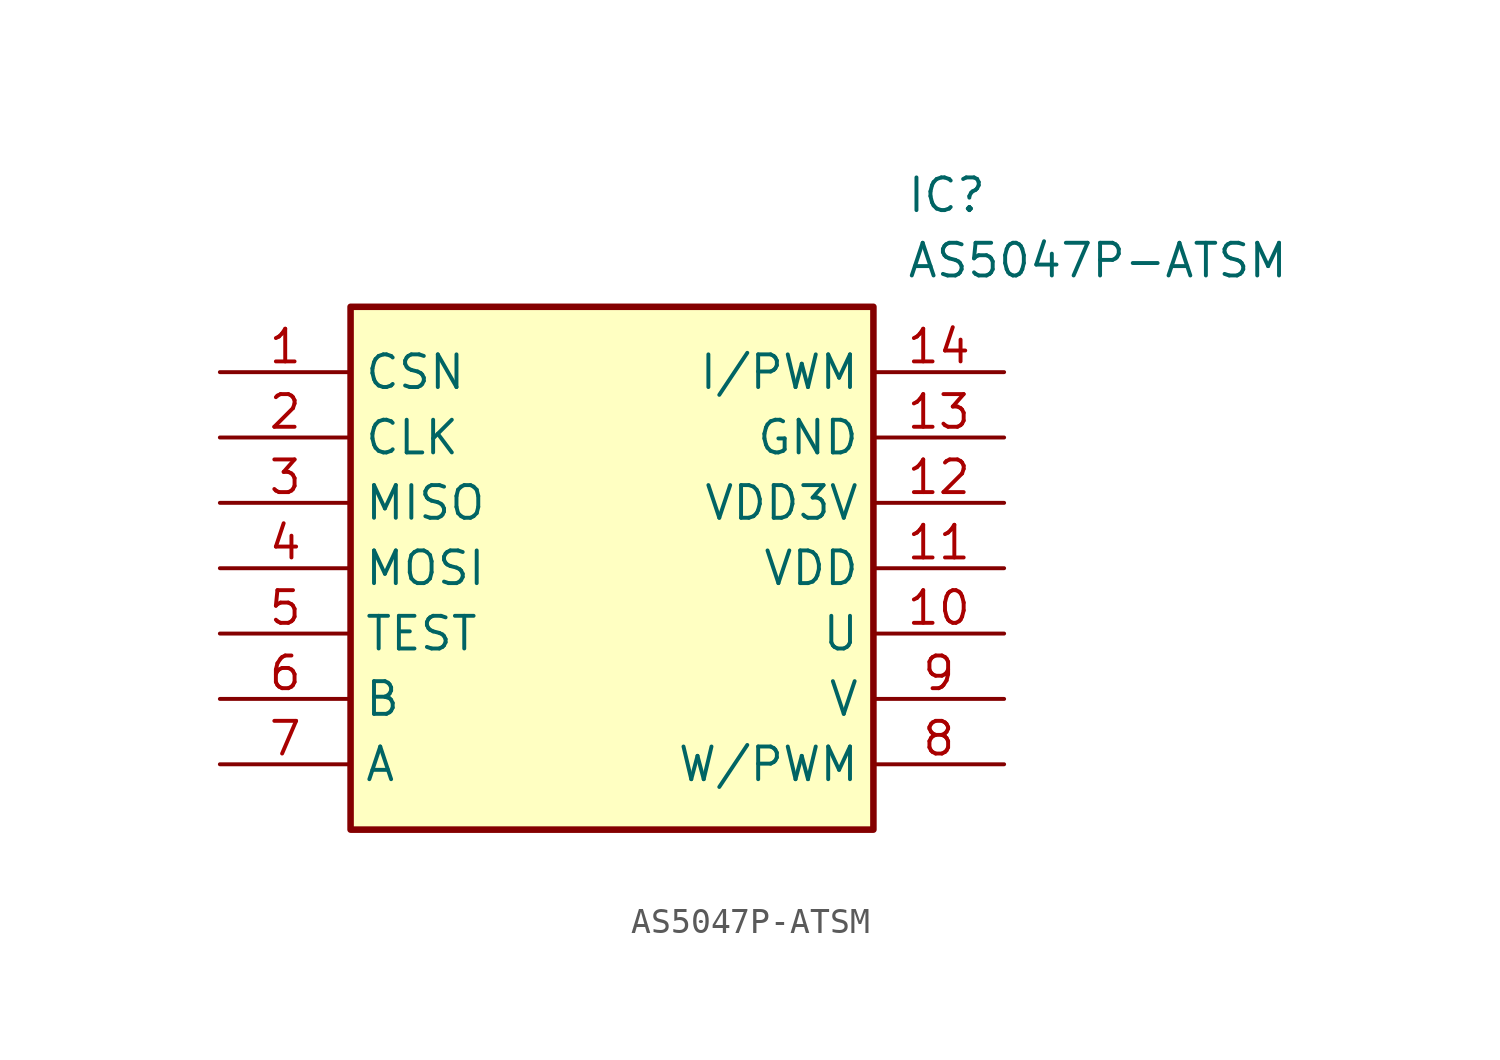
<source format=kicad_sym>
(kicad_symbol_lib
  (version 20211014)
  (generator SamacSys_ECAD_Model)
  (symbol "AS5047P-ATSM"
    (property "Reference" "IC"
      (at 26.67 7.62 0)
      (effects (font (size 1.27 1.27)) (justify left top)))
    (property "Value" "AS5047P-ATSM"
      (at 26.67 5.08 0)
      (effects (font (size 1.27 1.27)) (justify left top)))
    (rectangle
      (start 5.08 2.54)
      (end 25.4 -17.78)
      (stroke (width 0.254) (type default))
      (fill (type background)))
    (pin passive line
      (at 0 0 0)
      (length 5.08)
      (name "CSN" (effects (font (size 1.27 1.27))))
      (number "1" (effects (font (size 1.27 1.27)))))
    (pin passive line
      (at 0 -2.54 0)
      (length 5.08)
      (name "CLK" (effects (font (size 1.27 1.27))))
      (number "2" (effects (font (size 1.27 1.27)))))
    (pin passive line
      (at 0 -5.08 0)
      (length 5.08)
      (name "MISO" (effects (font (size 1.27 1.27))))
      (number "3" (effects (font (size 1.27 1.27)))))
    (pin passive line
      (at 0 -7.62 0)
      (length 5.08)
      (name "MOSI" (effects (font (size 1.27 1.27))))
      (number "4" (effects (font (size 1.27 1.27)))))
    (pin passive line
      (at 0 -10.16 0)
      (length 5.08)
      (name "TEST" (effects (font (size 1.27 1.27))))
      (number "5" (effects (font (size 1.27 1.27)))))
    (pin passive line
      (at 0 -12.7 0)
      (length 5.08)
      (name "B" (effects (font (size 1.27 1.27))))
      (number "6" (effects (font (size 1.27 1.27)))))
    (pin passive line
      (at 0 -15.24 0)
      (length 5.08)
      (name "A" (effects (font (size 1.27 1.27))))
      (number "7" (effects (font (size 1.27 1.27)))))
    (pin passive line
      (at 30.48 0 180)
      (length 5.08)
      (name "I/PWM" (effects (font (size 1.27 1.27))))
      (number "14" (effects (font (size 1.27 1.27)))))
    (pin passive line
      (at 30.48 -2.54 180)
      (length 5.08)
      (name "GND" (effects (font (size 1.27 1.27))))
      (number "13" (effects (font (size 1.27 1.27)))))
    (pin passive line
      (at 30.48 -5.08 180)
      (length 5.08)
      (name "VDD3V" (effects (font (size 1.27 1.27))))
      (number "12" (effects (font (size 1.27 1.27)))))
    (pin passive line
      (at 30.48 -7.62 180)
      (length 5.08)
      (name "VDD" (effects (font (size 1.27 1.27))))
      (number "11" (effects (font (size 1.27 1.27)))))
    (pin passive line
      (at 30.48 -10.16 180)
      (length 5.08)
      (name "U" (effects (font (size 1.27 1.27))))
      (number "10" (effects (font (size 1.27 1.27)))))
    (pin passive line
      (at 30.48 -12.7 180)
      (length 5.08)
      (name "V" (effects (font (size 1.27 1.27))))
      (number "9" (effects (font (size 1.27 1.27)))))
    (pin passive line
      (at 30.48 -15.24 180)
      (length 5.08)
      (name "W/PWM" (effects (font (size 1.27 1.27))))
      (number "8" (effects (font (size 1.27 1.27)))))))
</source>
